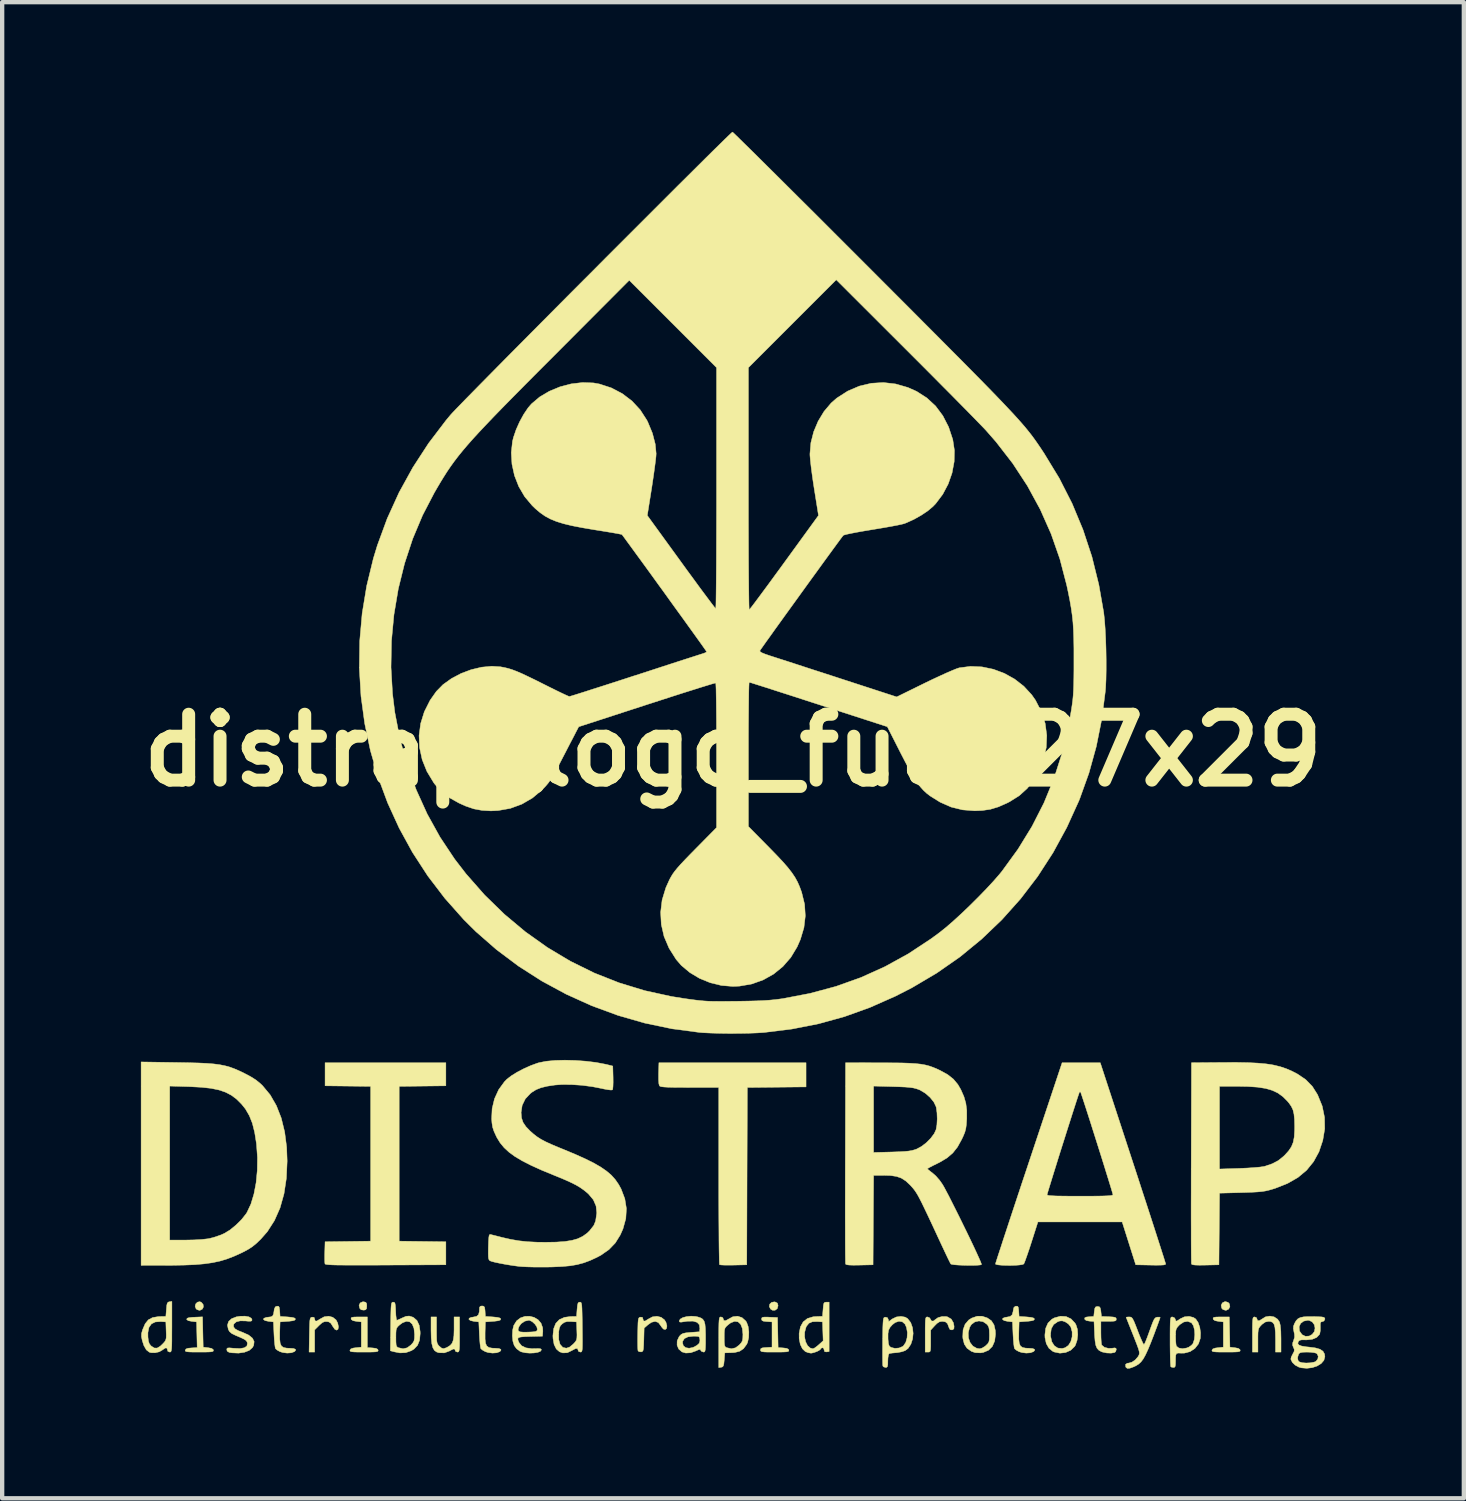
<source format=kicad_pcb>
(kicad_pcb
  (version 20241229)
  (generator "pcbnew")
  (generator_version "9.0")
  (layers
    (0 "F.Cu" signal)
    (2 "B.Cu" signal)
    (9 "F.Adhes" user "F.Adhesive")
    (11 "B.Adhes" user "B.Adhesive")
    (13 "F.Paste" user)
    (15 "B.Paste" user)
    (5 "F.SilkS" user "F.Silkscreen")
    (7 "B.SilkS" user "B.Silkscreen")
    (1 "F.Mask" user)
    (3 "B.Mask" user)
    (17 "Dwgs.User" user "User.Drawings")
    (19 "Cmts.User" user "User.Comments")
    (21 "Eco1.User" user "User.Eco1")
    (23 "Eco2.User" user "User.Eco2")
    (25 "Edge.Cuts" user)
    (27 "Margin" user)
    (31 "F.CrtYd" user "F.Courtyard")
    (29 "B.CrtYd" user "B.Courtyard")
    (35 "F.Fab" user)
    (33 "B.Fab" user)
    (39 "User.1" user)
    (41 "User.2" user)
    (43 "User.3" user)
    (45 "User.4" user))
  (footprint "distrap_logo_full_27x29"
    (layer "F.Cu")
    (at 13.905 14.305)
    (property "Reference" "distrap_logo_full_27x29" (at 0 0 0) (layer "F.SilkS") (effects (font (size 1.524 1.524) (thickness 0.3))))
    (attr through_hole)
    (fp_poly (pts (xy -12.3 12.766) (xy -12.257 12.816) (xy -12.25 12.875) (xy -12.276 12.926) (xy -12.33 12.953) (xy -12.344 12.954) (xy -12.398 12.936) (xy -12.42 12.917) (xy -12.442 12.86) (xy -12.428 12.805) (xy -12.389 12.765) (xy -12.336 12.753) (xy -12.3 12.766)) (stroke (width 0.01) (type solid)) (fill yes) (layer "F.SilkS"))
    (fp_poly (pts (xy -8.539 12.756) (xy -8.493 12.768) (xy -8.474 12.801) (xy -8.471 12.852) (xy -8.476 12.913) (xy -8.5 12.941) (xy -8.539 12.949) (xy -8.603 12.94) (xy -8.635 12.905) (xy -8.65 12.837) (xy -8.624 12.782) (xy -8.567 12.756) (xy -8.539 12.756)) (stroke (width 0.01) (type solid)) (fill yes) (layer "F.SilkS"))
    (fp_poly (pts (xy 0.978 12.761) (xy 1.026 12.786) (xy 1.041 12.838) (xy 1.041 12.85) (xy 1.022 12.915) (xy 0.973 12.951) (xy 0.912 12.951) (xy 0.869 12.924) (xy 0.839 12.866) (xy 0.849 12.811) (xy 0.891 12.77) (xy 0.955 12.757) (xy 0.978 12.761)) (stroke (width 0.01) (type solid)) (fill yes) (layer "F.SilkS"))
    (fp_poly (pts (xy 11.453 12.771) (xy 11.481 12.802) (xy 11.493 12.868) (xy 11.465 12.924) (xy 11.407 12.953) (xy 11.392 12.954) (xy 11.33 12.933) (xy 11.303 12.903) (xy 11.291 12.837) (xy 11.318 12.781) (xy 11.377 12.752) (xy 11.392 12.751) (xy 11.453 12.771)) (stroke (width 0.01) (type solid)) (fill yes) (layer "F.SilkS"))
    (fp_poly (pts (xy -6.642 7.76) (xy -7.722 7.773) (xy -7.722 11.353) (xy -7.182 11.36) (xy -6.642 11.367) (xy -6.642 11.9) (xy -8.033 11.906) (xy -8.343 11.908) (xy -8.605 11.908) (xy -8.824 11.908) (xy -9.002 11.907) (xy -9.145 11.906) (xy -9.254 11.903) (xy -9.334 11.899) (xy -9.389 11.894) (xy -9.422 11.888) (xy -9.437 11.881) (xy -9.438 11.879) (xy -9.443 11.84) (xy -9.445 11.763) (xy -9.445 11.663) (xy -9.443 11.606) (xy -9.436 11.367) (xy -8.909 11.36) (xy -8.382 11.353) (xy -8.382 7.773) (xy -9.436 7.76) (xy -9.436 7.226) (xy -6.642 7.226) (xy -6.642 7.76)) (stroke (width 0.01) (type solid)) (fill yes) (layer "F.SilkS"))
    (fp_poly (pts (xy -12.263 13.455) (xy -12.255 13.805) (xy -12.141 13.818) (xy -12.062 13.833) (xy -12.024 13.86) (xy -12.019 13.875) (xy -12.02 13.893) (xy -12.035 13.905) (xy -12.072 13.913) (xy -12.139 13.917) (xy -12.244 13.919) (xy -12.344 13.919) (xy -12.48 13.919) (xy -12.573 13.916) (xy -12.631 13.911) (xy -12.661 13.902) (xy -12.671 13.888) (xy -12.67 13.875) (xy -12.652 13.847) (xy -12.605 13.83) (xy -12.528 13.823) (xy -12.394 13.815) (xy -12.408 13.221) (xy -12.522 13.208) (xy -12.601 13.192) (xy -12.635 13.167) (xy -12.636 13.157) (xy -12.625 13.136) (xy -12.584 13.123) (xy -12.506 13.114) (xy -12.453 13.112) (xy -12.27 13.104) (xy -12.263 13.455)) (stroke (width 0.01) (type solid)) (fill yes) (layer "F.SilkS"))
    (fp_poly (pts (xy -8.458 13.815) (xy -8.338 13.823) (xy -8.258 13.833) (xy -8.219 13.854) (xy -8.209 13.875) (xy -8.21 13.893) (xy -8.225 13.905) (xy -8.262 13.913) (xy -8.329 13.917) (xy -8.434 13.919) (xy -8.534 13.919) (xy -8.67 13.919) (xy -8.763 13.916) (xy -8.821 13.911) (xy -8.851 13.902) (xy -8.861 13.888) (xy -8.86 13.875) (xy -8.839 13.845) (xy -8.784 13.826) (xy -8.725 13.818) (xy -8.598 13.805) (xy -8.598 13.221) (xy -8.712 13.208) (xy -8.791 13.192) (xy -8.829 13.165) (xy -8.834 13.151) (xy -8.833 13.128) (xy -8.812 13.115) (xy -8.761 13.108) (xy -8.671 13.106) (xy -8.651 13.106) (xy -8.458 13.106) (xy -8.458 13.815)) (stroke (width 0.01) (type solid)) (fill yes) (layer "F.SilkS"))
    (fp_poly (pts (xy 11.493 13.805) (xy 11.608 13.818) (xy 11.687 13.833) (xy 11.725 13.86) (xy 11.73 13.875) (xy 11.729 13.893) (xy 11.714 13.905) (xy 11.677 13.913) (xy 11.61 13.917) (xy 11.505 13.919) (xy 11.405 13.919) (xy 11.269 13.919) (xy 11.176 13.916) (xy 11.118 13.911) (xy 11.088 13.902) (xy 11.078 13.888) (xy 11.079 13.875) (xy 11.1 13.845) (xy 11.155 13.826) (xy 11.214 13.818) (xy 11.341 13.805) (xy 11.341 13.221) (xy 11.227 13.208) (xy 11.148 13.192) (xy 11.11 13.165) (xy 11.105 13.151) (xy 11.106 13.128) (xy 11.127 13.115) (xy 11.178 13.108) (xy 11.268 13.106) (xy 11.288 13.106) (xy 11.479 13.106) (xy 11.493 13.805)) (stroke (width 0.01) (type solid)) (fill yes) (layer "F.SilkS"))
    (fp_poly (pts (xy 0.813 13.11) (xy 0.845 13.112) (xy 1.029 13.119) (xy 1.036 13.467) (xy 1.043 13.815) (xy 1.163 13.823) (xy 1.242 13.833) (xy 1.281 13.854) (xy 1.291 13.875) (xy 1.29 13.893) (xy 1.275 13.905) (xy 1.238 13.913) (xy 1.17 13.917) (xy 1.065 13.919) (xy 0.967 13.919) (xy 0.832 13.919) (xy 0.739 13.917) (xy 0.681 13.911) (xy 0.65 13.902) (xy 0.637 13.888) (xy 0.635 13.87) (xy 0.643 13.84) (xy 0.674 13.823) (xy 0.74 13.814) (xy 0.768 13.813) (xy 0.902 13.805) (xy 0.902 13.221) (xy 0.781 13.213) (xy 0.707 13.205) (xy 0.671 13.189) (xy 0.66 13.159) (xy 0.66 13.155) (xy 0.665 13.129) (xy 0.684 13.114) (xy 0.73 13.109) (xy 0.813 13.11)) (stroke (width 0.01) (type solid)) (fill yes) (layer "F.SilkS"))
    (fp_poly (pts (xy -9.258 13.114) (xy -9.182 13.175) (xy -9.144 13.247) (xy -9.126 13.335) (xy -9.137 13.392) (xy -9.168 13.412) (xy -9.211 13.391) (xy -9.258 13.324) (xy -9.263 13.316) (xy -9.303 13.251) (xy -9.35 13.221) (xy -9.393 13.213) (xy -9.451 13.215) (xy -9.503 13.239) (xy -9.566 13.294) (xy -9.577 13.305) (xy -9.677 13.405) (xy -9.677 13.919) (xy -9.806 13.919) (xy -9.799 13.519) (xy -9.796 13.369) (xy -9.793 13.261) (xy -9.788 13.19) (xy -9.78 13.147) (xy -9.768 13.124) (xy -9.751 13.114) (xy -9.735 13.111) (xy -9.69 13.116) (xy -9.677 13.155) (xy -9.677 13.155) (xy -9.665 13.199) (xy -9.627 13.201) (xy -9.562 13.161) (xy -9.558 13.158) (xy -9.457 13.103) (xy -9.353 13.089) (xy -9.258 13.114)) (stroke (width 0.01) (type solid)) (fill yes) (layer "F.SilkS"))
    (fp_poly (pts (xy 1.689 7.785) (xy 1.01 7.792) (xy 0.331 7.799) (xy 0.324 9.849) (xy 0.318 11.9) (xy 0.011 11.907) (xy -0.109 11.908) (xy -0.21 11.907) (xy -0.281 11.903) (xy -0.312 11.896) (xy -0.313 11.896) (xy -0.315 11.869) (xy -0.318 11.794) (xy -0.32 11.677) (xy -0.323 11.52) (xy -0.325 11.327) (xy -0.326 11.103) (xy -0.328 10.852) (xy -0.329 10.576) (xy -0.33 10.28) (xy -0.33 9.968) (xy -0.33 9.838) (xy -0.33 7.798) (xy -1 7.798) (xy -1.21 7.797) (xy -1.374 7.796) (xy -1.498 7.793) (xy -1.587 7.788) (xy -1.647 7.782) (xy -1.683 7.773) (xy -1.7 7.762) (xy -1.715 7.715) (xy -1.722 7.62) (xy -1.722 7.481) (xy -1.722 7.477) (xy -1.714 7.226) (xy 1.689 7.226) (xy 1.689 7.785)) (stroke (width 0.01) (type solid)) (fill yes) (layer "F.SilkS"))
    (fp_poly (pts (xy 4.935 13.098) (xy 4.962 13.105) (xy 5.048 13.156) (xy 5.098 13.242) (xy 5.113 13.322) (xy 5.109 13.379) (xy 5.08 13.403) (xy 5.064 13.406) (xy 5.02 13.399) (xy 4.995 13.353) (xy 4.992 13.343) (xy 4.961 13.261) (xy 4.912 13.219) (xy 4.839 13.208) (xy 4.776 13.218) (xy 4.717 13.256) (xy 4.664 13.31) (xy 4.572 13.411) (xy 4.572 13.665) (xy 4.572 13.781) (xy 4.569 13.854) (xy 4.562 13.896) (xy 4.547 13.914) (xy 4.524 13.919) (xy 4.508 13.919) (xy 4.445 13.919) (xy 4.445 13.513) (xy 4.445 13.361) (xy 4.447 13.253) (xy 4.45 13.18) (xy 4.457 13.137) (xy 4.467 13.115) (xy 4.483 13.107) (xy 4.498 13.106) (xy 4.549 13.128) (xy 4.565 13.157) (xy 4.593 13.201) (xy 4.637 13.2) (xy 4.673 13.171) (xy 4.742 13.122) (xy 4.837 13.096) (xy 4.935 13.098)) (stroke (width 0.01) (type solid)) (fill yes) (layer "F.SilkS"))
    (fp_poly (pts (xy -6.858 13.412) (xy -6.857 13.542) (xy -6.855 13.632) (xy -6.848 13.691) (xy -6.835 13.731) (xy -6.815 13.761) (xy -6.796 13.781) (xy -6.74 13.828) (xy -6.693 13.839) (xy -6.631 13.818) (xy -6.607 13.806) (xy -6.542 13.765) (xy -6.498 13.714) (xy -6.471 13.643) (xy -6.456 13.541) (xy -6.452 13.401) (xy -6.452 13.374) (xy -6.452 13.106) (xy -6.325 13.106) (xy -6.325 13.513) (xy -6.325 13.665) (xy -6.326 13.773) (xy -6.33 13.846) (xy -6.337 13.889) (xy -6.347 13.911) (xy -6.363 13.918) (xy -6.375 13.919) (xy -6.417 13.903) (xy -6.426 13.881) (xy -6.437 13.849) (xy -6.473 13.849) (xy -6.54 13.882) (xy -6.559 13.894) (xy -6.677 13.937) (xy -6.802 13.934) (xy -6.853 13.918) (xy -6.904 13.883) (xy -6.942 13.82) (xy -6.967 13.724) (xy -6.981 13.589) (xy -6.985 13.412) (xy -6.985 13.106) (xy -6.858 13.106) (xy -6.858 13.412)) (stroke (width 0.01) (type solid)) (fill yes) (layer "F.SilkS"))
    (fp_poly (pts (xy 12.515 13.105) (xy 12.596 13.158) (xy 12.64 13.224) (xy 12.659 13.304) (xy 12.671 13.433) (xy 12.675 13.609) (xy 12.675 13.614) (xy 12.675 13.919) (xy 12.548 13.919) (xy 12.548 13.62) (xy 12.545 13.464) (xy 12.535 13.352) (xy 12.515 13.277) (xy 12.483 13.233) (xy 12.436 13.212) (xy 12.386 13.208) (xy 12.311 13.224) (xy 12.237 13.277) (xy 12.222 13.292) (xy 12.187 13.33) (xy 12.163 13.365) (xy 12.15 13.408) (xy 12.143 13.47) (xy 12.141 13.563) (xy 12.141 13.647) (xy 12.141 13.919) (xy 12.014 13.919) (xy 12.014 13.513) (xy 12.014 13.361) (xy 12.016 13.252) (xy 12.02 13.18) (xy 12.026 13.137) (xy 12.037 13.115) (xy 12.052 13.107) (xy 12.065 13.106) (xy 12.106 13.122) (xy 12.116 13.143) (xy 12.132 13.188) (xy 12.172 13.194) (xy 12.226 13.161) (xy 12.227 13.16) (xy 12.317 13.104) (xy 12.418 13.087) (xy 12.515 13.105)) (stroke (width 0.01) (type solid)) (fill yes) (layer "F.SilkS"))
    (fp_poly (pts (xy -1.662 13.115) (xy -1.585 13.174) (xy -1.551 13.23) (xy -1.529 13.314) (xy -1.538 13.372) (xy -1.568 13.398) (xy -1.611 13.386) (xy -1.658 13.331) (xy -1.67 13.31) (xy -1.728 13.235) (xy -1.801 13.209) (xy -1.886 13.23) (xy -1.965 13.285) (xy -2.056 13.364) (xy -2.063 13.635) (xy -2.067 13.755) (xy -2.072 13.834) (xy -2.08 13.88) (xy -2.094 13.903) (xy -2.116 13.913) (xy -2.127 13.915) (xy -2.177 13.908) (xy -2.198 13.888) (xy -2.202 13.851) (xy -2.205 13.774) (xy -2.206 13.666) (xy -2.205 13.537) (xy -2.204 13.486) (xy -2.201 13.343) (xy -2.198 13.243) (xy -2.192 13.177) (xy -2.183 13.139) (xy -2.17 13.12) (xy -2.151 13.113) (xy -2.14 13.111) (xy -2.095 13.116) (xy -2.083 13.155) (xy -2.083 13.155) (xy -2.07 13.199) (xy -2.033 13.201) (xy -1.968 13.161) (xy -1.964 13.158) (xy -1.863 13.104) (xy -1.759 13.091) (xy -1.662 13.115)) (stroke (width 0.01) (type solid)) (fill yes) (layer "F.SilkS"))
    (fp_poly (pts (xy 7.704 13.097) (xy 7.818 13.151) (xy 7.909 13.247) (xy 7.932 13.286) (xy 7.966 13.391) (xy 7.974 13.518) (xy 7.958 13.647) (xy 7.92 13.758) (xy 7.901 13.789) (xy 7.81 13.877) (xy 7.692 13.929) (xy 7.561 13.944) (xy 7.43 13.917) (xy 7.396 13.902) (xy 7.308 13.831) (xy 7.246 13.723) (xy 7.216 13.584) (xy 7.214 13.525) (xy 7.215 13.51) (xy 7.344 13.51) (xy 7.346 13.555) (xy 7.374 13.681) (xy 7.432 13.773) (xy 7.513 13.826) (xy 7.612 13.836) (xy 7.682 13.818) (xy 7.758 13.764) (xy 7.813 13.676) (xy 7.843 13.567) (xy 7.844 13.451) (xy 7.814 13.342) (xy 7.809 13.332) (xy 7.756 13.267) (xy 7.683 13.219) (xy 7.682 13.218) (xy 7.614 13.196) (xy 7.557 13.2) (xy 7.507 13.218) (xy 7.416 13.282) (xy 7.361 13.379) (xy 7.344 13.51) (xy 7.215 13.51) (xy 7.232 13.369) (xy 7.286 13.247) (xy 7.377 13.158) (xy 7.435 13.127) (xy 7.574 13.089) (xy 7.704 13.097)) (stroke (width 0.01) (type solid)) (fill yes) (layer "F.SilkS"))
    (fp_poly (pts (xy 5.882 13.129) (xy 5.976 13.194) (xy 6.037 13.29) (xy 6.067 13.421) (xy 6.071 13.504) (xy 6.052 13.663) (xy 5.998 13.788) (xy 5.91 13.876) (xy 5.789 13.927) (xy 5.723 13.937) (xy 5.601 13.932) (xy 5.514 13.902) (xy 5.413 13.83) (xy 5.35 13.735) (xy 5.318 13.608) (xy 5.314 13.565) (xy 5.318 13.471) (xy 5.441 13.471) (xy 5.446 13.591) (xy 5.483 13.697) (xy 5.548 13.781) (xy 5.637 13.831) (xy 5.708 13.843) (xy 5.762 13.826) (xy 5.828 13.786) (xy 5.848 13.769) (xy 5.892 13.726) (xy 5.917 13.686) (xy 5.928 13.633) (xy 5.931 13.549) (xy 5.931 13.517) (xy 5.928 13.417) (xy 5.918 13.352) (xy 5.896 13.305) (xy 5.872 13.276) (xy 5.785 13.216) (xy 5.688 13.199) (xy 5.593 13.221) (xy 5.514 13.28) (xy 5.473 13.346) (xy 5.441 13.471) (xy 5.318 13.471) (xy 5.321 13.405) (xy 5.368 13.275) (xy 5.452 13.177) (xy 5.521 13.133) (xy 5.645 13.09) (xy 5.76 13.089) (xy 5.882 13.129)) (stroke (width 0.01) (type solid)) (fill yes) (layer "F.SilkS"))
    (fp_poly (pts (xy -11.198 13.104) (xy -11.141 13.137) (xy -11.125 13.173) (xy -11.132 13.196) (xy -11.16 13.205) (xy -11.221 13.204) (xy -11.271 13.199) (xy -11.397 13.196) (xy -11.489 13.219) (xy -11.543 13.266) (xy -11.553 13.292) (xy -11.55 13.34) (xy -11.517 13.382) (xy -11.447 13.422) (xy -11.337 13.465) (xy -11.203 13.526) (xy -11.116 13.597) (xy -11.077 13.676) (xy -11.087 13.762) (xy -11.116 13.815) (xy -11.19 13.88) (xy -11.301 13.923) (xy -11.438 13.943) (xy -11.592 13.936) (xy -11.652 13.927) (xy -11.7 13.898) (xy -11.709 13.865) (xy -11.706 13.838) (xy -11.687 13.824) (xy -11.642 13.822) (xy -11.559 13.83) (xy -11.544 13.831) (xy -11.402 13.837) (xy -11.302 13.819) (xy -11.245 13.779) (xy -11.232 13.72) (xy -11.241 13.683) (xy -11.264 13.651) (xy -11.31 13.62) (xy -11.387 13.583) (xy -11.503 13.534) (xy -11.592 13.491) (xy -11.646 13.445) (xy -11.674 13.395) (xy -11.694 13.296) (xy -11.668 13.212) (xy -11.598 13.147) (xy -11.488 13.104) (xy -11.4 13.09) (xy -11.288 13.088) (xy -11.198 13.104)) (stroke (width 0.01) (type solid)) (fill yes) (layer "F.SilkS"))
    (fp_poly (pts (xy -10.515 12.858) (xy -10.497 12.881) (xy -10.488 12.937) (xy -10.485 12.971) (xy -10.477 13.094) (xy -10.3 13.106) (xy -10.201 13.116) (xy -10.145 13.13) (xy -10.123 13.149) (xy -10.122 13.157) (xy -10.135 13.179) (xy -10.179 13.194) (xy -10.263 13.205) (xy -10.3 13.208) (xy -10.477 13.221) (xy -10.485 13.476) (xy -10.485 13.617) (xy -10.474 13.716) (xy -10.446 13.778) (xy -10.397 13.813) (xy -10.322 13.828) (xy -10.261 13.83) (xy -10.166 13.836) (xy -10.119 13.855) (xy -10.12 13.884) (xy -10.146 13.909) (xy -10.216 13.935) (xy -10.313 13.942) (xy -10.415 13.929) (xy -10.481 13.908) (xy -10.542 13.874) (xy -10.581 13.841) (xy -10.582 13.839) (xy -10.592 13.801) (xy -10.602 13.724) (xy -10.611 13.619) (xy -10.617 13.513) (xy -10.63 13.221) (xy -10.744 13.208) (xy -10.826 13.19) (xy -10.861 13.164) (xy -10.851 13.137) (xy -10.793 13.116) (xy -10.751 13.111) (xy -10.687 13.103) (xy -10.649 13.083) (xy -10.628 13.038) (xy -10.615 12.958) (xy -10.612 12.929) (xy -10.588 12.874) (xy -10.549 12.857) (xy -10.515 12.858)) (stroke (width 0.01) (type solid)) (fill yes) (layer "F.SilkS"))
    (fp_poly (pts (xy 6.579 12.858) (xy 6.597 12.881) (xy 6.606 12.937) (xy 6.609 12.971) (xy 6.617 13.094) (xy 6.795 13.106) (xy 6.893 13.116) (xy 6.949 13.13) (xy 6.971 13.149) (xy 6.972 13.157) (xy 6.959 13.179) (xy 6.915 13.194) (xy 6.831 13.205) (xy 6.795 13.208) (xy 6.617 13.221) (xy 6.61 13.476) (xy 6.609 13.617) (xy 6.621 13.716) (xy 6.648 13.778) (xy 6.697 13.813) (xy 6.772 13.828) (xy 6.833 13.83) (xy 6.928 13.836) (xy 6.975 13.855) (xy 6.975 13.884) (xy 6.948 13.909) (xy 6.878 13.935) (xy 6.782 13.942) (xy 6.679 13.929) (xy 6.613 13.908) (xy 6.552 13.874) (xy 6.513 13.841) (xy 6.512 13.839) (xy 6.502 13.801) (xy 6.492 13.724) (xy 6.483 13.619) (xy 6.477 13.513) (xy 6.464 13.221) (xy 6.35 13.208) (xy 6.271 13.19) (xy 6.234 13.164) (xy 6.241 13.137) (xy 6.293 13.116) (xy 6.329 13.111) (xy 6.411 13.095) (xy 6.457 13.055) (xy 6.478 12.979) (xy 6.481 12.954) (xy 6.495 12.89) (xy 6.527 12.861) (xy 6.545 12.857) (xy 6.579 12.858)) (stroke (width 0.01) (type solid)) (fill yes) (layer "F.SilkS"))
    (fp_poly (pts (xy -5.767 12.858) (xy -5.747 12.882) (xy -5.738 12.939) (xy -5.735 12.973) (xy -5.728 13.094) (xy -5.55 13.106) (xy -5.451 13.116) (xy -5.395 13.13) (xy -5.373 13.149) (xy -5.372 13.157) (xy -5.385 13.179) (xy -5.429 13.194) (xy -5.514 13.205) (xy -5.55 13.208) (xy -5.728 13.221) (xy -5.735 13.476) (xy -5.735 13.617) (xy -5.724 13.716) (xy -5.696 13.778) (xy -5.647 13.813) (xy -5.572 13.828) (xy -5.512 13.83) (xy -5.417 13.836) (xy -5.369 13.855) (xy -5.37 13.884) (xy -5.396 13.909) (xy -5.466 13.935) (xy -5.563 13.942) (xy -5.666 13.929) (xy -5.731 13.908) (xy -5.792 13.874) (xy -5.832 13.841) (xy -5.833 13.839) (xy -5.842 13.801) (xy -5.852 13.724) (xy -5.861 13.619) (xy -5.867 13.513) (xy -5.88 13.221) (xy -5.994 13.208) (xy -6.072 13.19) (xy -6.109 13.164) (xy -6.104 13.136) (xy -6.053 13.115) (xy -6.02 13.111) (xy -5.933 13.093) (xy -5.886 13.053) (xy -5.868 12.981) (xy -5.867 12.951) (xy -5.864 12.887) (xy -5.846 12.859) (xy -5.806 12.852) (xy -5.805 12.852) (xy -5.767 12.858)) (stroke (width 0.01) (type solid)) (fill yes) (layer "F.SilkS"))
    (fp_poly (pts (xy 2.223 13.906) (xy 2.165 13.915) (xy 2.121 13.91) (xy 2.108 13.871) (xy 2.108 13.87) (xy 2.093 13.827) (xy 2.07 13.818) (xy 2.036 13.83) (xy 2.032 13.84) (xy 2.01 13.867) (xy 1.957 13.898) (xy 1.888 13.925) (xy 1.823 13.942) (xy 1.8 13.944) (xy 1.733 13.931) (xy 1.672 13.906) (xy 1.605 13.842) (xy 1.556 13.741) (xy 1.53 13.612) (xy 1.53 13.576) (xy 1.656 13.576) (xy 1.68 13.682) (xy 1.724 13.769) (xy 1.787 13.826) (xy 1.848 13.842) (xy 1.883 13.827) (xy 1.94 13.786) (xy 1.982 13.75) (xy 2.085 13.658) (xy 2.07 13.221) (xy 1.95 13.213) (xy 1.836 13.217) (xy 1.756 13.251) (xy 1.7 13.32) (xy 1.687 13.349) (xy 1.657 13.461) (xy 1.656 13.576) (xy 1.53 13.576) (xy 1.529 13.488) (xy 1.559 13.335) (xy 1.623 13.22) (xy 1.721 13.142) (xy 1.854 13.102) (xy 1.921 13.097) (xy 2.07 13.092) (xy 2.083 12.928) (xy 2.091 12.839) (xy 2.102 12.79) (xy 2.121 12.769) (xy 2.153 12.764) (xy 2.159 12.764) (xy 2.223 12.764) (xy 2.223 13.906)) (stroke (width 0.01) (type solid)) (fill yes) (layer "F.SilkS"))
    (fp_poly (pts (xy 8.473 12.871) (xy 8.494 12.898) (xy 8.507 12.958) (xy 8.509 12.979) (xy 8.522 13.094) (xy 8.693 13.101) (xy 8.785 13.107) (xy 8.837 13.116) (xy 8.86 13.133) (xy 8.865 13.158) (xy 8.86 13.184) (xy 8.837 13.199) (xy 8.786 13.206) (xy 8.697 13.208) (xy 8.687 13.208) (xy 8.509 13.208) (xy 8.509 13.468) (xy 8.511 13.58) (xy 8.516 13.674) (xy 8.523 13.737) (xy 8.528 13.757) (xy 8.591 13.809) (xy 8.684 13.833) (xy 8.765 13.83) (xy 8.829 13.822) (xy 8.858 13.831) (xy 8.865 13.861) (xy 8.865 13.863) (xy 8.847 13.912) (xy 8.824 13.929) (xy 8.744 13.943) (xy 8.642 13.939) (xy 8.545 13.918) (xy 8.517 13.908) (xy 8.46 13.875) (xy 8.419 13.829) (xy 8.391 13.761) (xy 8.374 13.662) (xy 8.363 13.524) (xy 8.362 13.482) (xy 8.35 13.211) (xy 8.246 13.203) (xy 8.17 13.189) (xy 8.136 13.161) (xy 8.133 13.152) (xy 8.138 13.124) (xy 8.176 13.108) (xy 8.234 13.102) (xy 8.344 13.094) (xy 8.357 12.979) (xy 8.368 12.909) (xy 8.386 12.875) (xy 8.421 12.865) (xy 8.433 12.865) (xy 8.473 12.871)) (stroke (width 0.01) (type solid)) (fill yes) (layer "F.SilkS"))
    (fp_poly (pts (xy -4.601 13.116) (xy -4.509 13.171) (xy -4.441 13.251) (xy -4.403 13.357) (xy -4.399 13.436) (xy -4.407 13.551) (xy -4.693 13.558) (xy -4.824 13.562) (xy -4.91 13.57) (xy -4.96 13.584) (xy -4.978 13.609) (xy -4.972 13.648) (xy -4.949 13.701) (xy -4.889 13.774) (xy -4.79 13.821) (xy -4.656 13.84) (xy -4.589 13.839) (xy -4.5 13.837) (xy -4.451 13.843) (xy -4.433 13.86) (xy -4.432 13.867) (xy -4.455 13.901) (xy -4.516 13.925) (xy -4.603 13.939) (xy -4.702 13.943) (xy -4.803 13.935) (xy -4.892 13.915) (xy -4.928 13.9) (xy -5.006 13.841) (xy -5.061 13.767) (xy -5.092 13.667) (xy -5.104 13.543) (xy -5.098 13.416) (xy -5.093 13.391) (xy -4.971 13.391) (xy -4.965 13.43) (xy -4.927 13.451) (xy -4.851 13.458) (xy -4.741 13.457) (xy -4.639 13.452) (xy -4.576 13.445) (xy -4.543 13.432) (xy -4.529 13.41) (xy -4.526 13.392) (xy -4.539 13.334) (xy -4.584 13.27) (xy -4.645 13.215) (xy -4.707 13.184) (xy -4.724 13.183) (xy -4.817 13.204) (xy -4.901 13.261) (xy -4.952 13.332) (xy -4.971 13.391) (xy -5.093 13.391) (xy -5.073 13.308) (xy -5.07 13.3) (xy -5.005 13.196) (xy -4.916 13.128) (xy -4.813 13.093) (xy -4.705 13.09) (xy -4.601 13.116)) (stroke (width 0.01) (type solid)) (fill yes) (layer "F.SilkS"))
    (fp_poly (pts (xy -12.979 13.333) (xy -12.98 13.52) (xy -12.98 13.663) (xy -12.982 13.766) (xy -12.986 13.837) (xy -12.992 13.882) (xy -13.001 13.907) (xy -13.013 13.917) (xy -13.029 13.919) (xy -13.03 13.919) (xy -13.073 13.901) (xy -13.081 13.868) (xy -13.095 13.826) (xy -13.133 13.825) (xy -13.192 13.865) (xy -13.198 13.87) (xy -13.271 13.912) (xy -13.368 13.935) (xy -13.463 13.933) (xy -13.502 13.921) (xy -13.571 13.867) (xy -13.627 13.768) (xy -13.665 13.651) (xy -13.683 13.563) (xy -13.682 13.493) (xy -13.676 13.47) (xy -13.534 13.47) (xy -13.533 13.572) (xy -13.522 13.664) (xy -13.502 13.725) (xy -13.467 13.77) (xy -13.451 13.784) (xy -13.385 13.825) (xy -13.321 13.826) (xy -13.249 13.784) (xy -13.188 13.726) (xy -13.147 13.681) (xy -13.123 13.642) (xy -13.111 13.594) (xy -13.109 13.522) (xy -13.112 13.43) (xy -13.119 13.221) (xy -13.239 13.213) (xy -13.363 13.222) (xy -13.453 13.267) (xy -13.51 13.349) (xy -13.534 13.47) (xy -13.676 13.47) (xy -13.66 13.411) (xy -13.655 13.397) (xy -13.597 13.263) (xy -13.524 13.173) (xy -13.426 13.121) (xy -13.297 13.099) (xy -13.266 13.097) (xy -13.119 13.094) (xy -13.106 12.929) (xy -13.098 12.839) (xy -13.086 12.788) (xy -13.065 12.764) (xy -13.037 12.755) (xy -12.979 12.747) (xy -12.979 13.333)) (stroke (width 0.01) (type solid)) (fill yes) (layer "F.SilkS"))
    (fp_poly (pts (xy 0.208 13.122) (xy 0.293 13.198) (xy 0.314 13.229) (xy 0.35 13.328) (xy 0.366 13.452) (xy 0.362 13.581) (xy 0.337 13.694) (xy 0.316 13.74) (xy 0.242 13.84) (xy 0.153 13.9) (xy 0.037 13.929) (xy -0.032 13.933) (xy -0.191 13.937) (xy -0.203 14.1) (xy -0.212 14.189) (xy -0.224 14.239) (xy -0.245 14.262) (xy -0.273 14.27) (xy -0.33 14.278) (xy -0.33 13.692) (xy -0.33 13.579) (xy -0.203 13.579) (xy -0.203 13.58) (xy -0.202 13.685) (xy -0.197 13.751) (xy -0.186 13.788) (xy -0.165 13.808) (xy -0.146 13.817) (xy -0.037 13.842) (xy 0.058 13.82) (xy 0.142 13.757) (xy 0.19 13.705) (xy 0.216 13.659) (xy 0.226 13.599) (xy 0.229 13.507) (xy 0.229 13.506) (xy 0.215 13.371) (xy 0.176 13.274) (xy 0.116 13.219) (xy 0.038 13.207) (xy -0.053 13.242) (xy -0.113 13.287) (xy -0.157 13.327) (xy -0.184 13.362) (xy -0.197 13.407) (xy -0.202 13.475) (xy -0.203 13.579) (xy -0.33 13.579) (xy -0.33 13.505) (xy -0.329 13.363) (xy -0.327 13.259) (xy -0.323 13.188) (xy -0.317 13.143) (xy -0.309 13.119) (xy -0.297 13.109) (xy -0.281 13.106) (xy -0.279 13.106) (xy -0.238 13.122) (xy -0.229 13.143) (xy -0.213 13.188) (xy -0.171 13.193) (xy -0.111 13.16) (xy -0.003 13.101) (xy 0.106 13.089) (xy 0.208 13.122)) (stroke (width 0.01) (type solid)) (fill yes) (layer "F.SilkS"))
    (fp_poly (pts (xy 9.196 13.109) (xy 9.221 13.121) (xy 9.244 13.15) (xy 9.272 13.204) (xy 9.308 13.291) (xy 9.357 13.417) (xy 9.359 13.424) (xy 9.405 13.541) (xy 9.447 13.638) (xy 9.479 13.708) (xy 9.498 13.74) (xy 9.501 13.741) (xy 9.51 13.738) (xy 9.521 13.722) (xy 9.537 13.689) (xy 9.561 13.63) (xy 9.595 13.541) (xy 9.641 13.413) (xy 9.674 13.322) (xy 9.712 13.222) (xy 9.741 13.16) (xy 9.769 13.127) (xy 9.801 13.113) (xy 9.814 13.111) (xy 9.863 13.11) (xy 9.881 13.118) (xy 9.872 13.145) (xy 9.848 13.212) (xy 9.813 13.309) (xy 9.768 13.428) (xy 9.741 13.502) (xy 9.663 13.703) (xy 9.597 13.862) (xy 9.54 13.985) (xy 9.488 14.078) (xy 9.436 14.147) (xy 9.381 14.197) (xy 9.32 14.235) (xy 9.265 14.261) (xy 9.176 14.293) (xy 9.12 14.296) (xy 9.089 14.272) (xy 9.083 14.26) (xy 9.079 14.205) (xy 9.118 14.177) (xy 9.155 14.173) (xy 9.228 14.152) (xy 9.306 14.098) (xy 9.37 14.023) (xy 9.383 13.999) (xy 9.395 13.972) (xy 9.399 13.94) (xy 9.393 13.898) (xy 9.375 13.836) (xy 9.343 13.748) (xy 9.295 13.625) (xy 9.256 13.526) (xy 9.203 13.393) (xy 9.157 13.278) (xy 9.121 13.187) (xy 9.099 13.13) (xy 9.093 13.114) (xy 9.115 13.108) (xy 9.166 13.106) (xy 9.196 13.109)) (stroke (width 0.01) (type solid)) (fill yes) (layer "F.SilkS"))
    (fp_poly (pts (xy -7.836 12.768) (xy -7.82 12.788) (xy -7.811 12.835) (xy -7.805 12.917) (xy -7.803 12.973) (xy -7.798 13.069) (xy -7.789 13.142) (xy -7.78 13.18) (xy -7.777 13.183) (xy -7.744 13.172) (xy -7.685 13.145) (xy -7.658 13.132) (xy -7.565 13.092) (xy -7.491 13.085) (xy -7.415 13.108) (xy -7.388 13.121) (xy -7.31 13.189) (xy -7.259 13.299) (xy -7.237 13.447) (xy -7.236 13.49) (xy -7.25 13.644) (xy -7.297 13.762) (xy -7.379 13.849) (xy -7.441 13.887) (xy -7.569 13.932) (xy -7.705 13.938) (xy -7.83 13.914) (xy -7.926 13.889) (xy -7.922 13.579) (xy -7.798 13.579) (xy -7.798 13.58) (xy -7.797 13.685) (xy -7.792 13.751) (xy -7.78 13.788) (xy -7.759 13.808) (xy -7.741 13.817) (xy -7.632 13.842) (xy -7.537 13.82) (xy -7.452 13.757) (xy -7.405 13.705) (xy -7.379 13.659) (xy -7.368 13.599) (xy -7.366 13.507) (xy -7.366 13.506) (xy -7.38 13.371) (xy -7.419 13.274) (xy -7.479 13.219) (xy -7.556 13.207) (xy -7.647 13.242) (xy -7.708 13.287) (xy -7.752 13.327) (xy -7.778 13.362) (xy -7.792 13.407) (xy -7.797 13.475) (xy -7.798 13.579) (xy -7.922 13.579) (xy -7.919 13.326) (xy -7.917 13.143) (xy -7.914 13.005) (xy -7.911 12.905) (xy -7.906 12.837) (xy -7.899 12.796) (xy -7.889 12.774) (xy -7.876 12.765) (xy -7.861 12.764) (xy -7.836 12.768)) (stroke (width 0.01) (type solid)) (fill yes) (layer "F.SilkS"))
    (fp_poly (pts (xy -3.527 12.765) (xy -3.514 12.775) (xy -3.505 12.799) (xy -3.498 12.843) (xy -3.494 12.914) (xy -3.491 13.017) (xy -3.488 13.159) (xy -3.486 13.341) (xy -3.484 13.527) (xy -3.483 13.668) (xy -3.484 13.77) (xy -3.486 13.84) (xy -3.492 13.884) (xy -3.501 13.907) (xy -3.513 13.917) (xy -3.529 13.919) (xy -3.53 13.919) (xy -3.572 13.904) (xy -3.581 13.883) (xy -3.596 13.839) (xy -3.639 13.836) (xy -3.712 13.874) (xy -3.723 13.881) (xy -3.833 13.934) (xy -3.938 13.938) (xy -4.013 13.912) (xy -4.088 13.847) (xy -4.139 13.743) (xy -4.163 13.604) (xy -4.166 13.544) (xy -4.16 13.484) (xy -4.033 13.484) (xy -4.031 13.631) (xy -4.001 13.739) (xy -3.943 13.805) (xy -3.929 13.813) (xy -3.856 13.829) (xy -3.782 13.805) (xy -3.699 13.737) (xy -3.688 13.726) (xy -3.647 13.681) (xy -3.623 13.642) (xy -3.612 13.594) (xy -3.609 13.522) (xy -3.612 13.43) (xy -3.619 13.221) (xy -3.75 13.213) (xy -3.838 13.213) (xy -3.899 13.23) (xy -3.951 13.266) (xy -3.993 13.31) (xy -4.017 13.362) (xy -4.03 13.44) (xy -4.033 13.484) (xy -4.16 13.484) (xy -4.149 13.38) (xy -4.1 13.255) (xy -4.016 13.167) (xy -3.898 13.115) (xy -3.762 13.097) (xy -3.619 13.094) (xy -3.607 12.929) (xy -3.598 12.839) (xy -3.586 12.789) (xy -3.567 12.767) (xy -3.543 12.764) (xy -3.527 12.765)) (stroke (width 0.01) (type solid)) (fill yes) (layer "F.SilkS"))
    (fp_poly (pts (xy -0.866 13.095) (xy -0.818 13.105) (xy -0.751 13.127) (xy -0.702 13.157) (xy -0.669 13.203) (xy -0.649 13.273) (xy -0.639 13.375) (xy -0.635 13.516) (xy -0.635 13.582) (xy -0.635 13.719) (xy -0.638 13.812) (xy -0.643 13.871) (xy -0.652 13.904) (xy -0.666 13.917) (xy -0.683 13.919) (xy -0.731 13.901) (xy -0.746 13.88) (xy -0.761 13.859) (xy -0.791 13.861) (xy -0.849 13.887) (xy -0.862 13.893) (xy -0.979 13.934) (xy -1.093 13.941) (xy -1.181 13.915) (xy -1.257 13.848) (xy -1.294 13.758) (xy -1.293 13.706) (xy -1.168 13.706) (xy -1.148 13.775) (xy -1.094 13.817) (xy -1.016 13.83) (xy -0.925 13.812) (xy -0.835 13.764) (xy -0.782 13.716) (xy -0.766 13.662) (xy -0.767 13.631) (xy -0.774 13.586) (xy -0.791 13.562) (xy -0.832 13.553) (xy -0.909 13.551) (xy -0.919 13.551) (xy -1.041 13.566) (xy -1.124 13.606) (xy -1.165 13.671) (xy -1.168 13.706) (xy -1.293 13.706) (xy -1.292 13.659) (xy -1.248 13.564) (xy -1.235 13.547) (xy -1.199 13.511) (xy -1.157 13.489) (xy -1.095 13.475) (xy -0.999 13.465) (xy -0.975 13.463) (xy -0.775 13.449) (xy -0.767 13.372) (xy -0.779 13.287) (xy -0.831 13.231) (xy -0.924 13.203) (xy -1.055 13.205) (xy -1.137 13.217) (xy -1.205 13.227) (xy -1.237 13.221) (xy -1.245 13.198) (xy -1.221 13.156) (xy -1.16 13.121) (xy -1.072 13.098) (xy -0.97 13.088) (xy -0.866 13.095)) (stroke (width 0.01) (type solid)) (fill yes) (layer "F.SilkS"))
    (fp_poly (pts (xy 3.982 13.111) (xy 4.039 13.145) (xy 4.11 13.237) (xy 4.152 13.355) (xy 4.166 13.485) (xy 4.153 13.616) (xy 4.114 13.736) (xy 4.05 13.833) (xy 3.983 13.884) (xy 3.906 13.911) (xy 3.809 13.93) (xy 3.767 13.934) (xy 3.686 13.941) (xy 3.626 13.95) (xy 3.608 13.957) (xy 3.594 13.989) (xy 3.584 14.056) (xy 3.581 14.124) (xy 3.58 14.208) (xy 3.571 14.254) (xy 3.553 14.272) (xy 3.53 14.275) (xy 3.482 14.261) (xy 3.466 14.242) (xy 3.462 14.208) (xy 3.46 14.131) (xy 3.459 14.02) (xy 3.459 13.881) (xy 3.46 13.723) (xy 3.46 13.665) (xy 3.463 13.492) (xy 3.585 13.492) (xy 3.585 13.603) (xy 3.586 13.628) (xy 3.594 13.715) (xy 3.608 13.767) (xy 3.635 13.798) (xy 3.658 13.812) (xy 3.744 13.833) (xy 3.842 13.824) (xy 3.926 13.788) (xy 3.939 13.778) (xy 3.995 13.697) (xy 4.026 13.588) (xy 4.033 13.467) (xy 4.013 13.351) (xy 3.978 13.272) (xy 3.916 13.218) (xy 3.837 13.206) (xy 3.751 13.235) (xy 3.685 13.286) (xy 3.63 13.349) (xy 3.598 13.412) (xy 3.585 13.492) (xy 3.463 13.492) (xy 3.463 13.485) (xy 3.465 13.35) (xy 3.469 13.252) (xy 3.474 13.187) (xy 3.481 13.146) (xy 3.491 13.124) (xy 3.506 13.115) (xy 3.521 13.111) (xy 3.57 13.122) (xy 3.589 13.158) (xy 3.603 13.212) (xy 3.683 13.153) (xy 3.778 13.107) (xy 3.884 13.093) (xy 3.982 13.111)) (stroke (width 0.01) (type solid)) (fill yes) (layer "F.SilkS"))
    (fp_poly (pts (xy 10.649 13.118) (xy 10.703 13.154) (xy 10.757 13.233) (xy 10.796 13.345) (xy 10.814 13.473) (xy 10.809 13.6) (xy 10.766 13.729) (xy 10.684 13.834) (xy 10.572 13.908) (xy 10.438 13.943) (xy 10.367 13.944) (xy 10.298 13.941) (xy 10.259 13.952) (xy 10.241 13.988) (xy 10.236 14.058) (xy 10.236 14.11) (xy 10.234 14.2) (xy 10.227 14.25) (xy 10.211 14.271) (xy 10.19 14.275) (xy 10.141 14.267) (xy 10.126 14.258) (xy 10.121 14.229) (xy 10.117 14.156) (xy 10.113 14.048) (xy 10.111 13.911) (xy 10.109 13.753) (xy 10.109 13.674) (xy 10.109 13.567) (xy 10.237 13.567) (xy 10.239 13.662) (xy 10.246 13.738) (xy 10.255 13.78) (xy 10.256 13.782) (xy 10.312 13.825) (xy 10.396 13.84) (xy 10.49 13.825) (xy 10.542 13.805) (xy 10.601 13.764) (xy 10.639 13.722) (xy 10.67 13.628) (xy 10.681 13.519) (xy 10.674 13.408) (xy 10.65 13.312) (xy 10.609 13.247) (xy 10.601 13.24) (xy 10.517 13.208) (xy 10.426 13.223) (xy 10.334 13.283) (xy 10.323 13.294) (xy 10.278 13.342) (xy 10.252 13.385) (xy 10.24 13.438) (xy 10.237 13.519) (xy 10.237 13.567) (xy 10.109 13.567) (xy 10.109 13.49) (xy 10.11 13.351) (xy 10.112 13.251) (xy 10.116 13.182) (xy 10.122 13.14) (xy 10.131 13.117) (xy 10.144 13.108) (xy 10.161 13.106) (xy 10.162 13.106) (xy 10.213 13.128) (xy 10.229 13.157) (xy 10.241 13.195) (xy 10.26 13.203) (xy 10.297 13.183) (xy 10.341 13.151) (xy 10.44 13.104) (xy 10.548 13.093) (xy 10.649 13.118)) (stroke (width 0.01) (type solid)) (fill yes) (layer "F.SilkS"))
    (fp_poly (pts (xy -12.859 7.221) (xy -12.587 7.226) (xy -12.36 7.232) (xy -12.169 7.241) (xy -12.009 7.254) (xy -11.873 7.272) (xy -11.752 7.296) (xy -11.642 7.326) (xy -11.535 7.365) (xy -11.424 7.413) (xy -11.303 7.471) (xy -11.154 7.55) (xy -11.037 7.624) (xy -10.937 7.705) (xy -10.882 7.757) (xy -10.706 7.969) (xy -10.562 8.219) (xy -10.45 8.505) (xy -10.371 8.826) (xy -10.325 9.179) (xy -10.313 9.5) (xy -10.331 9.897) (xy -10.386 10.258) (xy -10.478 10.585) (xy -10.607 10.877) (xy -10.772 11.134) (xy -10.924 11.307) (xy -11.026 11.405) (xy -11.118 11.48) (xy -11.217 11.544) (xy -11.341 11.61) (xy -11.382 11.63) (xy -11.546 11.704) (xy -11.705 11.765) (xy -11.868 11.814) (xy -12.041 11.851) (xy -12.232 11.878) (xy -12.448 11.897) (xy -12.698 11.907) (xy -12.988 11.912) (xy -13.1 11.912) (xy -13.691 11.913) (xy -13.691 11.328) (xy -13.03 11.328) (xy -12.656 11.328) (xy -12.462 11.324) (xy -12.291 11.314) (xy -12.153 11.299) (xy -12.103 11.29) (xy -11.982 11.257) (xy -11.852 11.212) (xy -11.768 11.175) (xy -11.636 11.095) (xy -11.499 10.983) (xy -11.371 10.857) (xy -11.269 10.729) (xy -11.242 10.688) (xy -11.151 10.494) (xy -11.081 10.262) (xy -11.031 10) (xy -11.004 9.716) (xy -11 9.42) (xy -11.021 9.121) (xy -11.024 9.093) (xy -11.064 8.84) (xy -11.117 8.628) (xy -11.188 8.45) (xy -11.278 8.295) (xy -11.368 8.183) (xy -11.481 8.07) (xy -11.602 7.979) (xy -11.736 7.909) (xy -11.891 7.856) (xy -12.075 7.818) (xy -12.294 7.794) (xy -12.556 7.78) (xy -12.579 7.779) (xy -13.03 7.766) (xy -13.03 11.328) (xy -13.691 11.328) (xy -13.691 7.208) (xy -12.859 7.221)) (stroke (width 0.01) (type solid)) (fill yes) (layer "F.SilkS"))
    (fp_poly (pts (xy 11.91 7.224) (xy 12.137 7.235) (xy 12.333 7.253) (xy 12.504 7.28) (xy 12.656 7.317) (xy 12.796 7.364) (xy 12.93 7.422) (xy 13.054 7.486) (xy 13.246 7.616) (xy 13.4 7.774) (xy 13.521 7.966) (xy 13.522 7.969) (xy 13.628 8.229) (xy 13.682 8.491) (xy 13.686 8.756) (xy 13.641 9.024) (xy 13.553 9.286) (xy 13.428 9.515) (xy 13.267 9.713) (xy 13.067 9.88) (xy 12.826 10.018) (xy 12.543 10.13) (xy 12.479 10.15) (xy 12.395 10.174) (xy 12.317 10.192) (xy 12.234 10.205) (xy 12.138 10.214) (xy 12.017 10.221) (xy 11.861 10.227) (xy 11.754 10.23) (xy 11.253 10.243) (xy 11.246 11.071) (xy 11.239 11.9) (xy 10.928 11.907) (xy 10.788 11.909) (xy 10.692 11.906) (xy 10.634 11.899) (xy 10.607 11.886) (xy 10.604 11.882) (xy 10.602 11.852) (xy 10.601 11.775) (xy 10.599 11.655) (xy 10.598 11.495) (xy 10.597 11.298) (xy 10.597 11.069) (xy 10.596 10.811) (xy 10.596 10.527) (xy 10.597 10.222) (xy 10.597 9.898) (xy 10.598 9.561) (xy 10.598 9.538) (xy 10.603 7.772) (xy 11.252 7.772) (xy 11.252 9.685) (xy 11.716 9.67) (xy 11.898 9.662) (xy 12.06 9.651) (xy 12.192 9.639) (xy 12.285 9.625) (xy 12.307 9.619) (xy 12.474 9.562) (xy 12.609 9.491) (xy 12.729 9.395) (xy 12.759 9.367) (xy 12.85 9.267) (xy 12.915 9.171) (xy 12.957 9.068) (xy 12.981 8.945) (xy 12.99 8.79) (xy 12.991 8.7) (xy 12.987 8.537) (xy 12.975 8.414) (xy 12.952 8.317) (xy 12.913 8.234) (xy 12.856 8.154) (xy 12.823 8.115) (xy 12.718 8.01) (xy 12.603 7.927) (xy 12.472 7.865) (xy 12.316 7.82) (xy 12.13 7.791) (xy 11.907 7.776) (xy 11.693 7.772) (xy 11.252 7.772) (xy 10.603 7.772) (xy 10.604 7.226) (xy 11.336 7.22) (xy 11.645 7.219) (xy 11.91 7.224)) (stroke (width 0.01) (type solid)) (fill yes) (layer "F.SilkS"))
    (fp_poly (pts (xy 13.459 13.099) (xy 13.519 13.101) (xy 13.611 13.105) (xy 13.663 13.114) (xy 13.686 13.131) (xy 13.691 13.155) (xy 13.669 13.2) (xy 13.634 13.213) (xy 13.6 13.223) (xy 13.585 13.251) (xy 13.584 13.311) (xy 13.585 13.34) (xy 13.584 13.423) (xy 13.572 13.493) (xy 13.565 13.511) (xy 13.5 13.58) (xy 13.398 13.623) (xy 13.267 13.637) (xy 13.241 13.637) (xy 13.154 13.636) (xy 13.104 13.647) (xy 13.077 13.673) (xy 13.076 13.674) (xy 13.064 13.721) (xy 13.089 13.755) (xy 13.154 13.78) (xy 13.266 13.798) (xy 13.313 13.802) (xy 13.467 13.822) (xy 13.576 13.853) (xy 13.646 13.9) (xy 13.682 13.964) (xy 13.69 14.025) (xy 13.667 14.11) (xy 13.605 14.183) (xy 13.511 14.241) (xy 13.397 14.279) (xy 13.272 14.294) (xy 13.145 14.283) (xy 13.084 14.265) (xy 13.002 14.22) (xy 12.938 14.158) (xy 12.905 14.092) (xy 12.903 14.075) (xy 12.91 14.048) (xy 13.057 14.048) (xy 13.07 14.114) (xy 13.1 14.146) (xy 13.165 14.165) (xy 13.258 14.172) (xy 13.357 14.167) (xy 13.442 14.151) (xy 13.482 14.134) (xy 13.526 14.079) (xy 13.536 14.016) (xy 13.51 13.961) (xy 13.489 13.945) (xy 13.439 13.932) (xy 13.357 13.922) (xy 13.274 13.919) (xy 13.18 13.922) (xy 13.124 13.932) (xy 13.093 13.952) (xy 13.082 13.968) (xy 13.057 14.048) (xy 12.91 14.048) (xy 12.916 14.026) (xy 12.947 13.963) (xy 12.951 13.957) (xy 12.98 13.9) (xy 12.981 13.854) (xy 12.963 13.812) (xy 12.942 13.757) (xy 12.946 13.705) (xy 12.966 13.651) (xy 12.989 13.575) (xy 12.986 13.502) (xy 12.975 13.453) (xy 12.96 13.372) (xy 12.965 13.333) (xy 13.094 13.333) (xy 13.102 13.423) (xy 13.107 13.438) (xy 13.163 13.517) (xy 13.24 13.554) (xy 13.328 13.548) (xy 13.395 13.511) (xy 13.447 13.444) (xy 13.462 13.364) (xy 13.445 13.285) (xy 13.398 13.221) (xy 13.327 13.186) (xy 13.295 13.183) (xy 13.199 13.203) (xy 13.129 13.256) (xy 13.094 13.333) (xy 12.965 13.333) (xy 12.968 13.308) (xy 12.989 13.255) (xy 13.024 13.194) (xy 13.065 13.15) (xy 13.12 13.121) (xy 13.199 13.104) (xy 13.309 13.098) (xy 13.459 13.099)) (stroke (width 0.01) (type solid)) (fill yes) (layer "F.SilkS"))
    (fp_poly (pts (xy 9.251 9.538) (xy 9.359 9.868) (xy 9.462 10.185) (xy 9.56 10.485) (xy 9.651 10.765) (xy 9.734 11.021) (xy 9.808 11.251) (xy 9.872 11.45) (xy 9.925 11.616) (xy 9.966 11.744) (xy 9.993 11.832) (xy 10.007 11.877) (xy 10.008 11.882) (xy 9.996 11.895) (xy 9.957 11.904) (xy 9.885 11.908) (xy 9.773 11.909) (xy 9.661 11.907) (xy 9.315 11.9) (xy 9.158 11.405) (xy 9.001 10.909) (xy 7.052 10.909) (xy 6.902 11.379) (xy 6.854 11.527) (xy 6.809 11.659) (xy 6.771 11.767) (xy 6.743 11.843) (xy 6.726 11.88) (xy 6.725 11.881) (xy 6.69 11.895) (xy 6.619 11.905) (xy 6.524 11.912) (xy 6.415 11.915) (xy 6.304 11.914) (xy 6.204 11.909) (xy 6.125 11.901) (xy 6.078 11.889) (xy 6.071 11.881) (xy 6.078 11.853) (xy 6.101 11.78) (xy 6.138 11.665) (xy 6.188 11.513) (xy 6.249 11.325) (xy 6.321 11.107) (xy 6.402 10.86) (xy 6.492 10.588) (xy 6.589 10.295) (xy 6.594 10.281) (xy 7.264 10.281) (xy 7.275 10.29) (xy 7.311 10.298) (xy 7.375 10.303) (xy 7.473 10.308) (xy 7.608 10.31) (xy 7.785 10.312) (xy 8.008 10.312) (xy 8.026 10.312) (xy 8.253 10.312) (xy 8.433 10.311) (xy 8.57 10.308) (xy 8.67 10.304) (xy 8.737 10.298) (xy 8.775 10.291) (xy 8.788 10.282) (xy 8.788 10.28) (xy 8.781 10.251) (xy 8.76 10.179) (xy 8.727 10.07) (xy 8.684 9.93) (xy 8.633 9.766) (xy 8.576 9.581) (xy 8.514 9.383) (xy 8.449 9.177) (xy 8.383 8.968) (xy 8.318 8.763) (xy 8.256 8.567) (xy 8.198 8.386) (xy 8.146 8.225) (xy 8.102 8.091) (xy 8.068 7.988) (xy 8.046 7.924) (xy 8.038 7.902) (xy 8.015 7.902) (xy 8.005 7.929) (xy 7.981 7.998) (xy 7.946 8.104) (xy 7.902 8.241) (xy 7.849 8.405) (xy 7.791 8.588) (xy 7.728 8.785) (xy 7.663 8.991) (xy 7.597 9.199) (xy 7.532 9.405) (xy 7.471 9.602) (xy 7.414 9.784) (xy 7.364 9.947) (xy 7.322 10.083) (xy 7.29 10.188) (xy 7.27 10.256) (xy 7.264 10.281) (xy 6.594 10.281) (xy 6.692 9.984) (xy 6.801 9.659) (xy 6.841 9.538) (xy 7.612 7.226) (xy 8.494 7.226) (xy 9.251 9.538)) (stroke (width 0.01) (type solid)) (fill yes) (layer "F.SilkS"))
    (fp_poly (pts (xy 3.416 7.228) (xy 3.677 7.229) (xy 3.893 7.231) (xy 4.071 7.237) (xy 4.219 7.246) (xy 4.342 7.259) (xy 4.448 7.278) (xy 4.543 7.303) (xy 4.633 7.335) (xy 4.725 7.374) (xy 4.791 7.405) (xy 4.965 7.501) (xy 5.098 7.606) (xy 5.201 7.73) (xy 5.269 7.847) (xy 5.341 8.01) (xy 5.385 8.163) (xy 5.406 8.326) (xy 5.406 8.516) (xy 5.405 8.536) (xy 5.397 8.659) (xy 5.384 8.752) (xy 5.362 8.834) (xy 5.325 8.924) (xy 5.288 9.002) (xy 5.192 9.176) (xy 5.083 9.314) (xy 4.95 9.428) (xy 4.782 9.528) (xy 4.722 9.558) (xy 4.626 9.605) (xy 4.551 9.644) (xy 4.505 9.671) (xy 4.497 9.679) (xy 4.515 9.7) (xy 4.564 9.74) (xy 4.61 9.774) (xy 4.692 9.846) (xy 4.779 9.946) (xy 4.84 10.033) (xy 4.876 10.093) (xy 4.927 10.188) (xy 4.992 10.311) (xy 5.066 10.458) (xy 5.148 10.621) (xy 5.235 10.795) (xy 5.323 10.975) (xy 5.411 11.154) (xy 5.494 11.326) (xy 5.57 11.486) (xy 5.636 11.628) (xy 5.689 11.745) (xy 5.727 11.832) (xy 5.746 11.883) (xy 5.748 11.894) (xy 5.718 11.904) (xy 5.649 11.91) (xy 5.552 11.914) (xy 5.439 11.914) (xy 5.322 11.911) (xy 5.211 11.906) (xy 5.119 11.899) (xy 5.057 11.889) (xy 5.037 11.881) (xy 5.02 11.85) (xy 4.985 11.78) (xy 4.935 11.676) (xy 4.873 11.544) (xy 4.801 11.391) (xy 4.723 11.223) (xy 4.713 11.201) (xy 4.602 10.962) (xy 4.509 10.764) (xy 4.432 10.603) (xy 4.369 10.472) (xy 4.316 10.369) (xy 4.272 10.287) (xy 4.232 10.222) (xy 4.196 10.17) (xy 4.159 10.124) (xy 4.12 10.08) (xy 4.095 10.053) (xy 3.996 9.961) (xy 3.895 9.896) (xy 3.782 9.856) (xy 3.644 9.835) (xy 3.475 9.83) (xy 3.252 9.83) (xy 3.245 10.865) (xy 3.239 11.9) (xy 2.927 11.907) (xy 2.787 11.909) (xy 2.691 11.906) (xy 2.633 11.899) (xy 2.606 11.886) (xy 2.603 11.882) (xy 2.601 11.852) (xy 2.6 11.775) (xy 2.598 11.655) (xy 2.597 11.495) (xy 2.596 11.298) (xy 2.596 11.069) (xy 2.595 10.811) (xy 2.595 10.527) (xy 2.596 10.222) (xy 2.596 9.898) (xy 2.597 9.561) (xy 2.597 9.538) (xy 2.598 9.302) (xy 3.251 9.302) (xy 3.677 9.291) (xy 3.844 9.285) (xy 3.97 9.278) (xy 4.065 9.269) (xy 4.14 9.256) (xy 4.204 9.238) (xy 4.245 9.224) (xy 4.357 9.164) (xy 4.471 9.077) (xy 4.573 8.974) (xy 4.653 8.867) (xy 4.696 8.774) (xy 4.716 8.662) (xy 4.723 8.525) (xy 4.718 8.385) (xy 4.702 8.267) (xy 4.697 8.245) (xy 4.646 8.137) (xy 4.558 8.028) (xy 4.447 7.931) (xy 4.325 7.858) (xy 4.296 7.846) (xy 4.235 7.825) (xy 4.171 7.809) (xy 4.093 7.798) (xy 3.992 7.789) (xy 3.858 7.783) (xy 3.702 7.778) (xy 3.251 7.766) (xy 3.251 9.302) (xy 2.598 9.302) (xy 2.603 7.226) (xy 3.416 7.228)) (stroke (width 0.01) (type solid)) (fill yes) (layer "F.SilkS"))
    (fp_poly (pts (xy -3.648 7.173) (xy -3.403 7.191) (xy -3.167 7.22) (xy -2.951 7.261) (xy -2.908 7.271) (xy -2.781 7.303) (xy -2.774 7.567) (xy -2.773 7.679) (xy -2.776 7.772) (xy -2.782 7.834) (xy -2.789 7.853) (xy -2.822 7.858) (xy -2.893 7.85) (xy -2.988 7.833) (xy -3.025 7.824) (xy -3.25 7.78) (xy -3.491 7.748) (xy -3.733 7.732) (xy -3.957 7.73) (xy -4.121 7.742) (xy -4.299 7.769) (xy -4.438 7.803) (xy -4.551 7.847) (xy -4.648 7.907) (xy -4.688 7.938) (xy -4.805 8.063) (xy -4.877 8.211) (xy -4.902 8.375) (xy -4.902 8.378) (xy -4.892 8.502) (xy -4.857 8.606) (xy -4.791 8.704) (xy -4.696 8.803) (xy -4.615 8.875) (xy -4.535 8.937) (xy -4.447 8.994) (xy -4.342 9.05) (xy -4.211 9.111) (xy -4.045 9.181) (xy -3.949 9.22) (xy -3.665 9.338) (xy -3.426 9.445) (xy -3.226 9.544) (xy -3.061 9.639) (xy -2.925 9.733) (xy -2.814 9.828) (xy -2.723 9.93) (xy -2.647 10.04) (xy -2.59 10.143) (xy -2.503 10.371) (xy -2.466 10.6) (xy -2.48 10.832) (xy -2.545 11.067) (xy -2.608 11.21) (xy -2.723 11.395) (xy -2.87 11.548) (xy -3.056 11.678) (xy -3.154 11.73) (xy -3.308 11.801) (xy -3.454 11.855) (xy -3.604 11.895) (xy -3.767 11.923) (xy -3.955 11.94) (xy -4.179 11.95) (xy -4.28 11.952) (xy -4.447 11.953) (xy -4.612 11.952) (xy -4.761 11.948) (xy -4.882 11.942) (xy -4.953 11.936) (xy -5.095 11.917) (xy -5.239 11.894) (xy -5.375 11.869) (xy -5.492 11.845) (xy -5.578 11.823) (xy -5.619 11.808) (xy -5.639 11.792) (xy -5.652 11.765) (xy -5.659 11.718) (xy -5.661 11.64) (xy -5.66 11.523) (xy -5.659 11.486) (xy -5.655 11.357) (xy -5.649 11.272) (xy -5.641 11.222) (xy -5.628 11.2) (xy -5.613 11.198) (xy -5.573 11.208) (xy -5.497 11.227) (xy -5.398 11.252) (xy -5.345 11.266) (xy -5.143 11.312) (xy -4.951 11.345) (xy -4.754 11.366) (xy -4.535 11.377) (xy -4.334 11.379) (xy -4.09 11.375) (xy -3.89 11.361) (xy -3.726 11.335) (xy -3.591 11.297) (xy -3.477 11.242) (xy -3.378 11.171) (xy -3.318 11.114) (xy -3.22 10.989) (xy -3.178 10.886) (xy -3.151 10.702) (xy -3.168 10.54) (xy -3.231 10.395) (xy -3.342 10.263) (xy -3.366 10.241) (xy -3.449 10.173) (xy -3.537 10.111) (xy -3.639 10.051) (xy -3.762 9.99) (xy -3.916 9.921) (xy -4.109 9.842) (xy -4.14 9.829) (xy -4.429 9.71) (xy -4.673 9.599) (xy -4.877 9.495) (xy -5.045 9.395) (xy -5.183 9.294) (xy -5.295 9.19) (xy -5.386 9.08) (xy -5.46 8.96) (xy -5.478 8.924) (xy -5.529 8.812) (xy -5.56 8.719) (xy -5.576 8.618) (xy -5.583 8.524) (xy -5.572 8.288) (xy -5.517 8.06) (xy -5.421 7.85) (xy -5.288 7.667) (xy -5.229 7.606) (xy -5.129 7.529) (xy -4.994 7.445) (xy -4.839 7.364) (xy -4.678 7.292) (xy -4.525 7.236) (xy -4.483 7.224) (xy -4.319 7.192) (xy -4.117 7.173) (xy -3.89 7.167) (xy -3.648 7.173)) (stroke (width 0.01) (type solid)) (fill yes) (layer "F.SilkS"))
    (fp_poly (pts (xy 0.008 -14.283) (xy 0.062 -14.231) (xy 0.149 -14.146) (xy 0.266 -14.031) (xy 0.412 -13.888) (xy 0.585 -13.717) (xy 0.782 -13.521) (xy 1.004 -13.301) (xy 1.246 -13.06) (xy 1.508 -12.799) (xy 1.789 -12.52) (xy 2.085 -12.224) (xy 2.395 -11.914) (xy 2.718 -11.591) (xy 3.052 -11.257) (xy 3.279 -11.03) (xy 3.692 -10.616) (xy 4.072 -10.236) (xy 4.418 -9.888) (xy 4.734 -9.571) (xy 5.021 -9.282) (xy 5.281 -9.021) (xy 5.515 -8.784) (xy 5.725 -8.571) (xy 5.912 -8.38) (xy 6.079 -8.208) (xy 6.227 -8.054) (xy 6.357 -7.916) (xy 6.473 -7.793) (xy 6.574 -7.682) (xy 6.663 -7.582) (xy 6.742 -7.491) (xy 6.811 -7.407) (xy 6.874 -7.328) (xy 6.932 -7.252) (xy 6.985 -7.179) (xy 7.037 -7.105) (xy 7.089 -7.029) (xy 7.142 -6.95) (xy 7.198 -6.865) (xy 7.202 -6.858) (xy 7.547 -6.291) (xy 7.844 -5.707) (xy 8.095 -5.103) (xy 8.301 -4.479) (xy 8.461 -3.833) (xy 8.574 -3.188) (xy 8.592 -3.024) (xy 8.607 -2.821) (xy 8.619 -2.591) (xy 8.627 -2.345) (xy 8.631 -2.096) (xy 8.631 -1.855) (xy 8.627 -1.633) (xy 8.618 -1.443) (xy 8.612 -1.37) (xy 8.53 -0.724) (xy 8.403 -0.09) (xy 8.233 0.525) (xy 8.021 1.116) (xy 8.001 1.166) (xy 7.721 1.782) (xy 7.403 2.366) (xy 7.046 2.918) (xy 6.651 3.435) (xy 6.219 3.918) (xy 5.751 4.366) (xy 5.248 4.779) (xy 4.709 5.154) (xy 4.137 5.492) (xy 3.754 5.688) (xy 3.166 5.948) (xy 2.577 6.16) (xy 1.979 6.325) (xy 1.366 6.446) (xy 0.729 6.525) (xy 0.711 6.527) (xy 0.554 6.537) (xy 0.36 6.544) (xy 0.143 6.548) (xy -0.084 6.549) (xy -0.307 6.546) (xy -0.515 6.54) (xy -0.692 6.532) (xy -0.775 6.525) (xy -1.412 6.441) (xy -2.043 6.309) (xy -2.662 6.131) (xy -3.268 5.908) (xy -3.855 5.643) (xy -4.421 5.337) (xy -4.961 4.992) (xy -5.472 4.609) (xy -5.95 4.191) (xy -6.229 3.914) (xy -6.666 3.422) (xy -7.061 2.904) (xy -7.414 2.361) (xy -7.723 1.797) (xy -7.989 1.215) (xy -8.211 0.616) (xy -8.388 0.004) (xy -8.519 -0.619) (xy -8.605 -1.251) (xy -8.643 -1.887) (xy -8.643 -1.92) (xy -7.911 -1.92) (xy -7.876 -1.309) (xy -7.822 -0.873) (xy -7.704 -0.264) (xy -7.539 0.333) (xy -7.328 0.912) (xy -7.074 1.472) (xy -6.777 2.008) (xy -6.439 2.516) (xy -6.176 2.857) (xy -5.746 3.346) (xy -5.287 3.793) (xy -4.803 4.198) (xy -4.294 4.56) (xy -3.762 4.878) (xy -3.208 5.151) (xy -2.633 5.378) (xy -2.04 5.559) (xy -1.428 5.693) (xy -1.143 5.739) (xy -0.994 5.76) (xy -0.872 5.776) (xy -0.767 5.788) (xy -0.672 5.797) (xy -0.576 5.803) (xy -0.471 5.806) (xy -0.348 5.807) (xy -0.197 5.807) (xy -0.009 5.805) (xy 0.114 5.804) (xy 0.351 5.8) (xy 0.547 5.795) (xy 0.712 5.788) (xy 0.855 5.778) (xy 0.987 5.765) (xy 1.117 5.748) (xy 1.156 5.742) (xy 1.783 5.622) (xy 2.384 5.46) (xy 2.961 5.254) (xy 3.518 5.002) (xy 4.057 4.705) (xy 4.581 4.359) (xy 4.781 4.212) (xy 4.93 4.093) (xy 5.102 3.943) (xy 5.291 3.77) (xy 5.486 3.583) (xy 5.679 3.391) (xy 5.863 3.201) (xy 6.029 3.022) (xy 6.167 2.863) (xy 6.223 2.794) (xy 6.592 2.286) (xy 6.915 1.76) (xy 7.192 1.216) (xy 7.424 0.65) (xy 7.613 0.06) (xy 7.759 -0.556) (xy 7.827 -0.94) (xy 7.844 -1.055) (xy 7.858 -1.161) (xy 7.868 -1.268) (xy 7.875 -1.384) (xy 7.88 -1.517) (xy 7.883 -1.676) (xy 7.885 -1.87) (xy 7.885 -2.083) (xy 7.885 -2.352) (xy 7.881 -2.581) (xy 7.874 -2.78) (xy 7.863 -2.958) (xy 7.845 -3.126) (xy 7.821 -3.294) (xy 7.79 -3.472) (xy 7.75 -3.671) (xy 7.718 -3.821) (xy 7.561 -4.423) (xy 7.357 -5.007) (xy 7.106 -5.572) (xy 6.81 -6.116) (xy 6.469 -6.637) (xy 6.085 -7.133) (xy 5.848 -7.404) (xy 5.787 -7.468) (xy 5.693 -7.565) (xy 5.57 -7.692) (xy 5.421 -7.844) (xy 5.248 -8.019) (xy 5.056 -8.214) (xy 4.846 -8.425) (xy 4.623 -8.65) (xy 4.39 -8.884) (xy 4.149 -9.125) (xy 3.978 -9.296) (xy 2.388 -10.884) (xy 0.356 -8.852) (xy 0.356 -6.052) (xy 0.356 -5.679) (xy 0.356 -5.321) (xy 0.357 -4.981) (xy 0.358 -4.662) (xy 0.359 -4.367) (xy 0.361 -4.099) (xy 0.363 -3.862) (xy 0.365 -3.66) (xy 0.367 -3.494) (xy 0.369 -3.369) (xy 0.372 -3.287) (xy 0.374 -3.253) (xy 0.375 -3.252) (xy 0.393 -3.272) (xy 0.438 -3.329) (xy 0.507 -3.42) (xy 0.597 -3.541) (xy 0.706 -3.688) (xy 0.831 -3.857) (xy 0.968 -4.045) (xy 1.116 -4.247) (xy 1.185 -4.342) (xy 1.977 -5.432) (xy 1.878 -6.05) (xy 1.85 -6.233) (xy 1.825 -6.412) (xy 1.804 -6.575) (xy 1.789 -6.714) (xy 1.78 -6.818) (xy 1.779 -6.858) (xy 1.801 -7.114) (xy 1.866 -7.369) (xy 1.969 -7.613) (xy 2.105 -7.838) (xy 2.269 -8.032) (xy 2.4 -8.147) (xy 2.654 -8.31) (xy 2.921 -8.424) (xy 3.197 -8.49) (xy 3.479 -8.507) (xy 3.763 -8.474) (xy 4.046 -8.392) (xy 4.249 -8.301) (xy 4.483 -8.151) (xy 4.685 -7.964) (xy 4.853 -7.739) (xy 4.986 -7.48) (xy 5.083 -7.188) (xy 5.083 -7.188) (xy 5.121 -6.937) (xy 5.115 -6.676) (xy 5.066 -6.414) (xy 4.977 -6.16) (xy 4.851 -5.922) (xy 4.69 -5.708) (xy 4.623 -5.638) (xy 4.504 -5.538) (xy 4.353 -5.437) (xy 4.184 -5.342) (xy 4.015 -5.265) (xy 3.958 -5.243) (xy 3.903 -5.229) (xy 3.806 -5.208) (xy 3.675 -5.183) (xy 3.519 -5.155) (xy 3.347 -5.126) (xy 3.214 -5.104) (xy 3.04 -5.075) (xy 2.881 -5.047) (xy 2.746 -5.021) (xy 2.641 -4.999) (xy 2.573 -4.981) (xy 2.55 -4.972) (xy 2.527 -4.942) (xy 2.478 -4.877) (xy 2.406 -4.779) (xy 2.314 -4.653) (xy 2.205 -4.504) (xy 2.082 -4.335) (xy 1.949 -4.151) (xy 1.807 -3.956) (xy 1.661 -3.754) (xy 1.514 -3.55) (xy 1.368 -3.348) (xy 1.226 -3.152) (xy 1.092 -2.966) (xy 0.969 -2.795) (xy 0.86 -2.642) (xy 0.767 -2.513) (xy 0.695 -2.411) (xy 0.645 -2.34) (xy 0.622 -2.305) (xy 0.62 -2.303) (xy 0.627 -2.282) (xy 0.666 -2.257) (xy 0.742 -2.226) (xy 0.861 -2.185) (xy 0.881 -2.179) (xy 0.958 -2.154) (xy 1.078 -2.115) (xy 1.235 -2.065) (xy 1.423 -2.004) (xy 1.637 -1.934) (xy 1.87 -1.858) (xy 2.118 -1.778) (xy 2.374 -1.695) (xy 2.471 -1.663) (xy 3.786 -1.235) (xy 4.439 -1.556) (xy 4.615 -1.641) (xy 4.783 -1.719) (xy 4.936 -1.789) (xy 5.066 -1.845) (xy 5.166 -1.886) (xy 5.229 -1.907) (xy 5.232 -1.908) (xy 5.493 -1.942) (xy 5.759 -1.93) (xy 6.022 -1.875) (xy 6.276 -1.78) (xy 6.513 -1.648) (xy 6.726 -1.482) (xy 6.908 -1.285) (xy 6.995 -1.161) (xy 7.132 -0.895) (xy 7.22 -0.622) (xy 7.257 -0.345) (xy 7.245 -0.064) (xy 7.182 0.215) (xy 7.093 0.441) (xy 6.96 0.683) (xy 6.804 0.883) (xy 6.619 1.05) (xy 6.396 1.19) (xy 6.337 1.22) (xy 6.138 1.308) (xy 5.953 1.364) (xy 5.763 1.392) (xy 5.588 1.399) (xy 5.309 1.377) (xy 5.045 1.312) (xy 4.789 1.199) (xy 4.56 1.056) (xy 4.478 0.993) (xy 4.403 0.923) (xy 4.331 0.842) (xy 4.257 0.742) (xy 4.178 0.619) (xy 4.091 0.467) (xy 3.99 0.28) (xy 3.873 0.054) (xy 3.569 -0.546) (xy 1.981 -1.06) (xy 1.708 -1.148) (xy 1.45 -1.232) (xy 1.21 -1.309) (xy 0.992 -1.379) (xy 0.801 -1.441) (xy 0.64 -1.492) (xy 0.513 -1.532) (xy 0.425 -1.56) (xy 0.38 -1.573) (xy 0.375 -1.575) (xy 0.371 -1.55) (xy 0.368 -1.479) (xy 0.365 -1.365) (xy 0.363 -1.213) (xy 0.361 -1.027) (xy 0.359 -0.811) (xy 0.357 -0.57) (xy 0.356 -0.307) (xy 0.356 -0.027) (xy 0.356 0.093) (xy 0.356 1.762) (xy 0.834 2.246) (xy 1.01 2.427) (xy 1.153 2.579) (xy 1.268 2.711) (xy 1.359 2.828) (xy 1.432 2.936) (xy 1.491 3.043) (xy 1.54 3.155) (xy 1.585 3.277) (xy 1.588 3.287) (xy 1.655 3.56) (xy 1.672 3.83) (xy 1.64 4.102) (xy 1.558 4.376) (xy 1.483 4.547) (xy 1.336 4.791) (xy 1.153 5.001) (xy 0.938 5.176) (xy 0.697 5.311) (xy 0.433 5.405) (xy 0.151 5.454) (xy -0.002 5.461) (xy -0.268 5.439) (xy -0.529 5.375) (xy -0.776 5.274) (xy -1.001 5.139) (xy -1.196 4.975) (xy -1.316 4.836) (xy -1.48 4.576) (xy -1.595 4.306) (xy -1.659 4.028) (xy -1.674 3.746) (xy -1.64 3.462) (xy -1.554 3.179) (xy -1.469 2.99) (xy -1.432 2.923) (xy -1.393 2.859) (xy -1.346 2.794) (xy -1.287 2.722) (xy -1.21 2.635) (xy -1.11 2.529) (xy -0.983 2.398) (xy -0.871 2.284) (xy -0.381 1.787) (xy -0.381 0.12) (xy -0.381 -0.166) (xy -0.382 -0.437) (xy -0.383 -0.689) (xy -0.385 -0.916) (xy -0.387 -1.116) (xy -0.39 -1.284) (xy -0.392 -1.416) (xy -0.396 -1.507) (xy -0.399 -1.553) (xy -0.4 -1.558) (xy -0.427 -1.552) (xy -0.498 -1.532) (xy -0.609 -1.498) (xy -0.756 -1.453) (xy -0.936 -1.396) (xy -1.143 -1.331) (xy -1.374 -1.257) (xy -1.625 -1.176) (xy -1.891 -1.09) (xy -1.994 -1.057) (xy -3.569 -0.545) (xy -3.635 -0.419) (xy -3.666 -0.358) (xy -3.716 -0.262) (xy -3.781 -0.138) (xy -3.855 0.006) (xy -3.935 0.16) (xy -3.964 0.216) (xy -4.052 0.385) (xy -4.122 0.517) (xy -4.181 0.619) (xy -4.232 0.699) (xy -4.281 0.766) (xy -4.334 0.828) (xy -4.395 0.892) (xy -4.418 0.916) (xy -4.64 1.103) (xy -4.885 1.245) (xy -5.152 1.343) (xy -5.434 1.393) (xy -5.601 1.401) (xy -5.807 1.389) (xy -5.996 1.354) (xy -6.186 1.289) (xy -6.339 1.22) (xy -6.56 1.096) (xy -6.74 0.957) (xy -6.888 0.795) (xy -6.923 0.749) (xy -7.081 0.487) (xy -7.19 0.215) (xy -7.25 -0.062) (xy -7.262 -0.342) (xy -7.225 -0.62) (xy -7.14 -0.893) (xy -7.007 -1.157) (xy -6.863 -1.362) (xy -6.708 -1.52) (xy -6.514 -1.659) (xy -6.294 -1.776) (xy -6.058 -1.865) (xy -5.815 -1.923) (xy -5.579 -1.945) (xy -5.379 -1.932) (xy -5.288 -1.915) (xy -5.2 -1.894) (xy -5.107 -1.865) (xy -5.004 -1.826) (xy -4.883 -1.774) (xy -4.737 -1.705) (xy -4.559 -1.619) (xy -4.376 -1.527) (xy -4.22 -1.449) (xy -4.078 -1.379) (xy -3.958 -1.321) (xy -3.864 -1.277) (xy -3.805 -1.251) (xy -3.786 -1.245) (xy -3.758 -1.252) (xy -3.685 -1.274) (xy -3.573 -1.309) (xy -3.424 -1.356) (xy -3.245 -1.414) (xy -3.037 -1.48) (xy -2.807 -1.554) (xy -2.557 -1.635) (xy -2.293 -1.721) (xy -2.241 -1.737) (xy -1.973 -1.824) (xy -1.719 -1.907) (xy -1.482 -1.984) (xy -1.267 -2.054) (xy -1.078 -2.115) (xy -0.919 -2.166) (xy -0.795 -2.206) (xy -0.711 -2.233) (xy -0.669 -2.246) (xy -0.667 -2.247) (xy -0.623 -2.267) (xy -0.61 -2.281) (xy -0.625 -2.303) (xy -0.666 -2.362) (xy -0.731 -2.454) (xy -0.817 -2.574) (xy -0.921 -2.719) (xy -1.04 -2.884) (xy -1.17 -3.065) (xy -1.31 -3.258) (xy -1.455 -3.459) (xy -1.602 -3.664) (xy -1.75 -3.867) (xy -1.894 -4.067) (xy -2.032 -4.257) (xy -2.161 -4.434) (xy -2.278 -4.594) (xy -2.379 -4.733) (xy -2.462 -4.846) (xy -2.523 -4.93) (xy -2.56 -4.979) (xy -2.57 -4.992) (xy -2.597 -4.998) (xy -2.667 -5.012) (xy -2.774 -5.031) (xy -2.911 -5.054) (xy -3.07 -5.08) (xy -3.216 -5.103) (xy -3.492 -5.15) (xy -3.724 -5.195) (xy -3.919 -5.242) (xy -4.084 -5.293) (xy -4.225 -5.351) (xy -4.349 -5.418) (xy -4.463 -5.498) (xy -4.574 -5.592) (xy -4.648 -5.664) (xy -4.82 -5.869) (xy -4.956 -6.102) (xy -5.055 -6.355) (xy -5.113 -6.619) (xy -5.129 -6.885) (xy -5.101 -7.146) (xy -5.078 -7.239) (xy -5.018 -7.415) (xy -4.937 -7.597) (xy -4.842 -7.771) (xy -4.741 -7.921) (xy -4.663 -8.012) (xy -4.473 -8.173) (xy -4.249 -8.306) (xy -4.002 -8.408) (xy -3.743 -8.476) (xy -3.481 -8.507) (xy -3.227 -8.498) (xy -3.089 -8.473) (xy -2.814 -8.383) (xy -2.562 -8.251) (xy -2.338 -8.081) (xy -2.147 -7.875) (xy -1.994 -7.638) (xy -1.972 -7.595) (xy -1.864 -7.334) (xy -1.799 -7.082) (xy -1.778 -6.862) (xy -1.782 -6.799) (xy -1.793 -6.695) (xy -1.811 -6.558) (xy -1.833 -6.396) (xy -1.859 -6.219) (xy -1.88 -6.079) (xy -1.983 -5.432) (xy -1.201 -4.355) (xy -1.051 -4.148) (xy -0.909 -3.955) (xy -0.78 -3.778) (xy -0.664 -3.622) (xy -0.566 -3.491) (xy -0.488 -3.387) (xy -0.433 -3.316) (xy -0.404 -3.281) (xy -0.4 -3.277) (xy -0.398 -3.302) (xy -0.395 -3.374) (xy -0.393 -3.491) (xy -0.391 -3.649) (xy -0.389 -3.844) (xy -0.387 -4.074) (xy -0.385 -4.336) (xy -0.384 -4.625) (xy -0.383 -4.94) (xy -0.382 -5.276) (xy -0.381 -5.63) (xy -0.381 -5.999) (xy -0.381 -6.064) (xy -0.381 -8.852) (xy -2.401 -10.872) (xy -4.193 -9.074) (xy -4.523 -8.744) (xy -4.818 -8.447) (xy -5.082 -8.18) (xy -5.318 -7.94) (xy -5.527 -7.725) (xy -5.711 -7.532) (xy -5.875 -7.358) (xy -6.019 -7.201) (xy -6.146 -7.057) (xy -6.258 -6.925) (xy -6.359 -6.8) (xy -6.45 -6.681) (xy -6.534 -6.564) (xy -6.613 -6.448) (xy -6.689 -6.328) (xy -6.766 -6.203) (xy -6.845 -6.069) (xy -6.909 -5.959) (xy -7.18 -5.438) (xy -7.41 -4.891) (xy -7.597 -4.323) (xy -7.742 -3.737) (xy -7.843 -3.138) (xy -7.9 -2.531) (xy -7.911 -1.92) (xy -8.643 -1.92) (xy -8.635 -2.527) (xy -8.578 -3.167) (xy -8.473 -3.805) (xy -8.319 -4.438) (xy -8.226 -4.743) (xy -7.999 -5.361) (xy -7.725 -5.963) (xy -7.405 -6.544) (xy -7.042 -7.102) (xy -6.638 -7.633) (xy -6.532 -7.76) (xy -6.493 -7.803) (xy -6.421 -7.879) (xy -6.318 -7.985) (xy -6.188 -8.119) (xy -6.032 -8.278) (xy -5.852 -8.461) (xy -5.651 -8.665) (xy -5.43 -8.889) (xy -5.193 -9.129) (xy -4.94 -9.384) (xy -4.675 -9.651) (xy -4.399 -9.929) (xy -4.114 -10.216) (xy -3.824 -10.508) (xy -3.529 -10.804) (xy -3.232 -11.101) (xy -2.936 -11.399) (xy -2.642 -11.693) (xy -2.353 -11.982) (xy -2.071 -12.264) (xy -1.798 -12.537) (xy -1.536 -12.799) (xy -1.288 -13.047) (xy -1.055 -13.278) (xy -0.84 -13.492) (xy -0.645 -13.686) (xy -0.472 -13.857) (xy -0.323 -14.003) (xy -0.201 -14.123) (xy -0.107 -14.214) (xy -0.045 -14.273) (xy -0.015 -14.299) (xy -0.013 -14.3) (xy 0.008 -14.283)) (stroke (width 0.01) (type solid)) (fill yes) (layer "F.SilkS")))
  (gr_rect
    (start -3 -3)
    (end 30.809 31.606)
    (stroke (width 0.1) (type default))
    (fill no)
    (layer "Edge.Cuts")))
</source>
